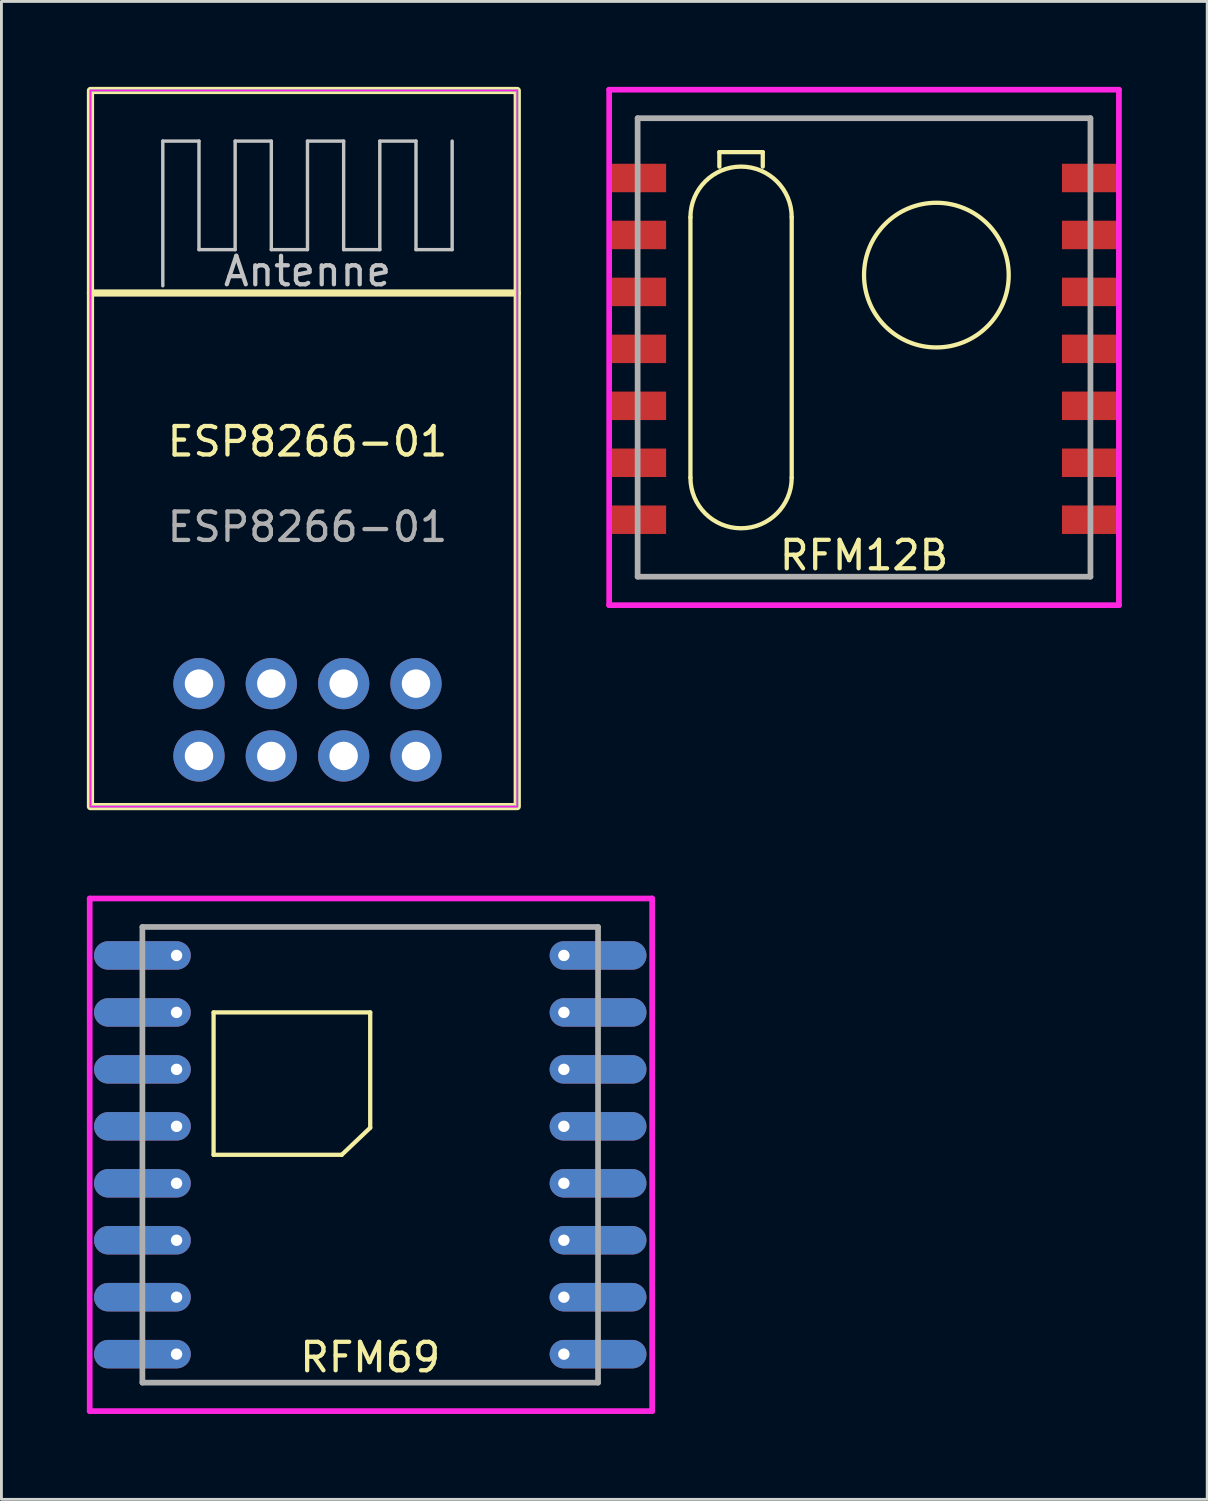
<source format=kicad_pcb>
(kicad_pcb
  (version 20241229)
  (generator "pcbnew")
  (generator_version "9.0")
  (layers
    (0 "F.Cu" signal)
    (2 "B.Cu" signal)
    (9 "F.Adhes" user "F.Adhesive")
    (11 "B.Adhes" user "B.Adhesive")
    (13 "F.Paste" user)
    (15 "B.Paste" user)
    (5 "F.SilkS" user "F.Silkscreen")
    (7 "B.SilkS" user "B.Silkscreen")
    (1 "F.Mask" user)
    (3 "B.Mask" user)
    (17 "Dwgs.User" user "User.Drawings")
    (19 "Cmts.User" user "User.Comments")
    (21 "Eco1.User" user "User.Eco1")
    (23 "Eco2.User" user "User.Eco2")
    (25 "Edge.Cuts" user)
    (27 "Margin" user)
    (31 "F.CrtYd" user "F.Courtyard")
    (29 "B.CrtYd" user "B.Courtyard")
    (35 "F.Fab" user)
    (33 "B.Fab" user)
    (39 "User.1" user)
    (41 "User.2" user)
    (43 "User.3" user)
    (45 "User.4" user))
  (footprint "ESP8266-01"
    (layer "F.Cu")
    (at 3.937 20.955)
    (property "Reference" "ESP8266-01" (at 3.81 -8.501 0) (unlocked yes) (layer "F.SilkS") (effects (font (size 1 1) (thickness 0.15))))
    (attr through_hole)
    (fp_line (start -3.81 -13.716) (end 11.176 -13.716) (stroke (width 0.254) (type solid)) (layer "F.SilkS"))
    (fp_rect (start -3.81 -20.828) (end 11.176 4.318) (stroke (width 0.254) (type solid)) (fill no) (layer "F.SilkS"))
    (fp_line (start -1.27 -19.05) (end 0 -19.05) (stroke (width 0.12) (type solid)) (layer "Dwgs.User"))
    (fp_line (start -1.27 -13.97) (end -1.27 -19.05) (stroke (width 0.12) (type solid)) (layer "Dwgs.User"))
    (fp_line (start 0 -19.05) (end 0 -15.24) (stroke (width 0.12) (type solid)) (layer "Dwgs.User"))
    (fp_line (start 0 -15.24) (end 1.27 -15.24) (stroke (width 0.12) (type solid)) (layer "Dwgs.User"))
    (fp_line (start 1.27 -19.05) (end 2.54 -19.05) (stroke (width 0.12) (type solid)) (layer "Dwgs.User"))
    (fp_line (start 1.27 -15.24) (end 1.27 -19.05) (stroke (width 0.12) (type solid)) (layer "Dwgs.User"))
    (fp_line (start 2.54 -19.05) (end 2.54 -15.24) (stroke (width 0.12) (type solid)) (layer "Dwgs.User"))
    (fp_line (start 2.54 -15.24) (end 3.81 -15.24) (stroke (width 0.12) (type solid)) (layer "Dwgs.User"))
    (fp_line (start 3.81 -19.05) (end 5.08 -19.05) (stroke (width 0.12) (type solid)) (layer "Dwgs.User"))
    (fp_line (start 3.81 -15.24) (end 3.81 -19.05) (stroke (width 0.12) (type solid)) (layer "Dwgs.User"))
    (fp_line (start 5.08 -19.05) (end 5.08 -15.24) (stroke (width 0.12) (type solid)) (layer "Dwgs.User"))
    (fp_line (start 5.08 -15.24) (end 6.35 -15.24) (stroke (width 0.12) (type solid)) (layer "Dwgs.User"))
    (fp_line (start 6.35 -19.05) (end 7.62 -19.05) (stroke (width 0.12) (type solid)) (layer "Dwgs.User"))
    (fp_line (start 6.35 -15.24) (end 6.35 -19.05) (stroke (width 0.12) (type solid)) (layer "Dwgs.User"))
    (fp_line (start 7.62 -19.05) (end 7.62 -15.24) (stroke (width 0.12) (type solid)) (layer "Dwgs.User"))
    (fp_line (start 7.62 -15.24) (end 8.89 -15.24) (stroke (width 0.12) (type solid)) (layer "Dwgs.User"))
    (fp_line (start 8.89 -15.24) (end 8.89 -19.05) (stroke (width 0.12) (type solid)) (layer "Dwgs.User"))
    (fp_rect (start -3.81 -20.828) (end 11.176 4.318) (stroke (width 0.05) (type solid)) (fill no) (layer "F.CrtYd"))
    (fp_rect (start -3.81 -20.828) (end 11.176 4.318) (stroke (width 0.1) (type solid)) (fill no) (layer "F.Fab"))
    (fp_text user "Antenne" (at 3.81 -14.478 0) (unlocked yes) (layer "Dwgs.User") (effects (font (size 1 1) (thickness 0.15))))
    (fp_text user "${REFERENCE}" (at 3.81 -5.501 0) (unlocked yes) (layer "F.Fab") (effects (font (size 1 1) (thickness 0.15))))
    (pad "1" thru_hole circle (at 0 0) (size 1.8 1.8) (drill 1) (layers "*.Cu" "*.Mask"))
    (pad "2" thru_hole circle (at 2.54 0) (size 1.8 1.8) (drill 1) (layers "*.Cu" "*.Mask"))
    (pad "3" thru_hole circle (at 5.08 0) (size 1.8 1.8) (drill 1) (layers "*.Cu" "*.Mask"))
    (pad "4" thru_hole circle (at 7.62 0) (size 1.8 1.8) (drill 1) (layers "*.Cu" "*.Mask"))
    (pad "5" thru_hole circle (at 0 2.54) (size 1.8 1.8) (drill 1) (layers "*.Cu" "*.Mask"))
    (pad "6" thru_hole circle (at 2.54 2.54) (size 1.8 1.8) (drill 1) (layers "*.Cu" "*.Mask"))
    (pad "7" thru_hole circle (at 5.08 2.54) (size 1.8 1.8) (drill 1) (layers "*.Cu" "*.Mask"))
    (pad "8" thru_hole circle (at 7.62 2.54) (size 1.8 1.8) (drill 1) (layers "*.Cu" "*.Mask"))
    (zone (net_name "") (layers "F.Cu" "B.Cu") (name "Antenne") (hatch edge 0.508) (connect_pads) (min_thickness 0.254) (filled_areas_thickness no) (keepout (tracks not_allowed) (vias not_allowed) (pads not_allowed) (copperpour not_allowed) (footprints not_allowed)) (placement (enabled no)) (fill) (polygon (pts (xy 14.859 7.493) (xy 0.127 7.493) (xy 0.127 0.381) (xy 14.859 0.381)))))
  (footprint "RFM12B"
    (layer "F.Cu")
    (at 27.29 9.15)
    (property "Reference" "RFM12B" (at 0 7.3 0) (layer "F.SilkS") (effects (font (size 1 1) (thickness 0.15))))
    (attr through_hole)
    (fp_line (start -8.95 -9.05) (end -8.95 9.05) (stroke (width 0.15) (type solid)) (layer "F.SilkS"))
    (fp_line (start -8.95 9.05) (end 8.95 9.05) (stroke (width 0.15) (type solid)) (layer "F.SilkS"))
    (fp_line (start -6.096 -4.572) (end -6.096 4.572) (stroke (width 0.15) (type solid)) (layer "F.SilkS"))
    (fp_line (start -5.08 -6.858) (end -3.556 -6.858) (stroke (width 0.15) (type solid)) (layer "F.SilkS"))
    (fp_line (start -5.08 -6.35) (end -5.08 -6.858) (stroke (width 0.15) (type solid)) (layer "F.SilkS"))
    (fp_line (start -3.556 -6.858) (end -3.556 -6.35) (stroke (width 0.15) (type solid)) (layer "F.SilkS"))
    (fp_line (start -2.54 -4.572) (end -2.54 4.572) (stroke (width 0.15) (type solid)) (layer "F.SilkS"))
    (fp_line (start 8.95 -9.05) (end -8.95 -9.05) (stroke (width 0.15) (type solid)) (layer "F.SilkS"))
    (fp_line (start 8.95 9.05) (end 8.95 -9.05) (stroke (width 0.15) (type solid)) (layer "F.SilkS"))
    (fp_arc (start -6.096 -4.572) (mid -4.318 -6.35) (end -2.54 -4.572) (stroke (width 0.15) (type solid)) (layer "F.SilkS"))
    (fp_arc (start -2.54 4.572) (mid -4.318 6.35) (end -6.096 4.572) (stroke (width 0.15) (type solid)) (layer "F.SilkS"))
    (fp_circle (center 2.54 -2.54) (end 4.064 -0.508) (stroke (width 0.15) (type solid)) (fill no) (layer "F.SilkS"))
    (fp_line (start -8.95 -9.05) (end 8.95 -9.05) (stroke (width 0.2) (type solid)) (layer "F.CrtYd"))
    (fp_line (start -8.95 9.05) (end -8.95 -9.05) (stroke (width 0.2) (type solid)) (layer "F.CrtYd"))
    (fp_line (start 8.95 -9.05) (end 8.95 9.05) (stroke (width 0.2) (type solid)) (layer "F.CrtYd"))
    (fp_line (start 8.95 9.05) (end -8.95 9.05) (stroke (width 0.2) (type solid)) (layer "F.CrtYd"))
    (fp_line (start -7.95 -8.05) (end 7.95 -8.05) (stroke (width 0.2) (type solid)) (layer "F.Fab"))
    (fp_line (start -7.95 8.05) (end -7.95 -8.05) (stroke (width 0.2) (type solid)) (layer "F.Fab"))
    (fp_line (start 7.95 -8.05) (end 7.95 8.05) (stroke (width 0.2) (type solid)) (layer "F.Fab"))
    (fp_line (start 7.95 8.05) (end -7.95 8.05) (stroke (width 0.2) (type solid)) (layer "F.Fab"))
    (pad "1" smd rect (at -7.95 -5.95 90) (size 1 2) (layers "F.Cu" "F.Mask" "F.Paste"))
    (pad "2" smd rect (at -7.95 -3.95 90) (size 1 2) (layers "F.Cu" "F.Mask" "F.Paste"))
    (pad "3" smd rect (at -7.95 -1.95 90) (size 1 2) (layers "F.Cu" "F.Mask" "F.Paste"))
    (pad "4" smd rect (at -7.95 0.05 90) (size 1 2) (layers "F.Cu" "F.Mask" "F.Paste"))
    (pad "5" smd rect (at -7.95 2.05 90) (size 1 2) (layers "F.Cu" "F.Mask" "F.Paste"))
    (pad "6" smd rect (at -7.95 4.05 90) (size 1 2) (layers "F.Cu" "F.Mask" "F.Paste"))
    (pad "7" smd rect (at -7.95 6.05 90) (size 1 2) (layers "F.Cu" "F.Mask" "F.Paste"))
    (pad "8" smd rect (at 7.95 6.05 90) (size 1 2) (layers "F.Cu" "F.Mask" "F.Paste"))
    (pad "9" smd rect (at 7.95 4.05 90) (size 1 2) (layers "F.Cu" "F.Mask" "F.Paste"))
    (pad "10" smd rect (at 7.95 2.05 90) (size 1 2) (layers "F.Cu" "F.Mask" "F.Paste"))
    (pad "11" smd rect (at 7.95 0.05 90) (size 1 2) (layers "F.Cu" "F.Mask" "F.Paste"))
    (pad "12" smd rect (at 7.95 -1.95 90) (size 1 2) (layers "F.Cu" "F.Mask" "F.Paste"))
    (pad "13" smd rect (at 7.95 -3.95 90) (size 1 2) (layers "F.Cu" "F.Mask" "F.Paste"))
    (pad "14" smd rect (at 7.95 -5.95 90) (size 1 2) (layers "F.Cu" "F.Mask" "F.Paste")))
  (footprint "RFM69"
    (layer "F.Cu")
    (at 9.95 37.5)
    (property "Reference" "RFM69" (at 0 7.112 0) (layer "F.SilkS") (effects (font (size 1 1) (thickness 0.15))))
    (attr through_hole)
    (fp_line (start -9.85 -9) (end -9.85 9) (stroke (width 0.15) (type solid)) (layer "F.SilkS"))
    (fp_line (start -9.85 9) (end 9.9 9) (stroke (width 0.15) (type solid)) (layer "F.SilkS"))
    (fp_line (start -5.5 -5) (end -5.5 0) (stroke (width 0.15) (type solid)) (layer "F.SilkS"))
    (fp_line (start -5.5 0) (end -1 0) (stroke (width 0.15) (type solid)) (layer "F.SilkS"))
    (fp_line (start -1 0) (end 0 -0.95) (stroke (width 0.15) (type solid)) (layer "F.SilkS"))
    (fp_line (start 0 -5) (end -5.5 -5) (stroke (width 0.15) (type solid)) (layer "F.SilkS"))
    (fp_line (start 0 -0.95) (end 0 -5) (stroke (width 0.15) (type solid)) (layer "F.SilkS"))
    (fp_line (start 9.9 -9) (end -9.85 -9) (stroke (width 0.15) (type solid)) (layer "F.SilkS"))
    (fp_line (start 9.9 9) (end 9.9 -9) (stroke (width 0.15) (type solid)) (layer "F.SilkS"))
    (fp_line (start -9.85 -9) (end 9.9 -9) (stroke (width 0.2) (type solid)) (layer "F.CrtYd"))
    (fp_line (start -9.85 9) (end -9.85 -9) (stroke (width 0.2) (type solid)) (layer "F.CrtYd"))
    (fp_line (start 9.9 -9) (end 9.9 9) (stroke (width 0.2) (type solid)) (layer "F.CrtYd"))
    (fp_line (start 9.9 9) (end -9.85 9) (stroke (width 0.2) (type solid)) (layer "F.CrtYd"))
    (fp_line (start -8 -8) (end 8 -8) (stroke (width 0.2) (type solid)) (layer "F.Fab"))
    (fp_line (start -8 8) (end -8 -8) (stroke (width 0.2) (type solid)) (layer "F.Fab"))
    (fp_line (start 8 -8) (end 8 8) (stroke (width 0.2) (type solid)) (layer "F.Fab"))
    (fp_line (start 8 8) (end -8 8) (stroke (width 0.2) (type solid)) (layer "F.Fab"))
    (pad "1" thru_hole oval (at -6.8 -7 180) (size 3.4 1) (drill 0.4 (offset 1.2 0)) (layers "*.Cu" "*.Mask"))
    (pad "2" thru_hole oval (at -6.8 -5 180) (size 3.4 1) (drill 0.4 (offset 1.2 0)) (layers "*.Cu" "*.Mask"))
    (pad "3" thru_hole oval (at -6.8 -3 180) (size 3.4 1) (drill 0.4 (offset 1.2 0)) (layers "*.Cu" "*.Mask"))
    (pad "4" thru_hole oval (at -6.8 -1 180) (size 3.4 1) (drill 0.4 (offset 1.2 0)) (layers "*.Cu" "*.Mask"))
    (pad "5" thru_hole oval (at -6.8 1 180) (size 3.4 1) (drill 0.4 (offset 1.2 0)) (layers "*.Cu" "*.Mask"))
    (pad "6" thru_hole oval (at -6.8 3 180) (size 3.4 1) (drill 0.4 (offset 1.2 0)) (layers "*.Cu" "*.Mask"))
    (pad "7" thru_hole oval (at -6.8 5 180) (size 3.4 1) (drill 0.4 (offset 1.2 0)) (layers "*.Cu" "*.Mask"))
    (pad "8" thru_hole oval (at -6.8 7 180) (size 3.4 1) (drill 0.4 (offset 1.2 0)) (layers "*.Cu" "*.Mask"))
    (pad "9" thru_hole oval (at 6.8 7) (size 3.4 1) (drill 0.4 (offset 1.2 0)) (layers "*.Cu" "*.Mask"))
    (pad "10" thru_hole oval (at 6.8 5) (size 3.4 1) (drill 0.4 (offset 1.2 0)) (layers "*.Cu" "*.Mask"))
    (pad "11" thru_hole oval (at 6.8 3) (size 3.4 1) (drill 0.4 (offset 1.2 0)) (layers "*.Cu" "*.Mask"))
    (pad "12" thru_hole oval (at 6.8 1) (size 3.4 1) (drill 0.4 (offset 1.2 0)) (layers "*.Cu" "*.Mask"))
    (pad "13" thru_hole oval (at 6.8 -1) (size 3.4 1) (drill 0.4 (offset 1.2 0)) (layers "*.Cu" "*.Mask"))
    (pad "14" thru_hole oval (at 6.8 -3) (size 3.4 1) (drill 0.4 (offset 1.2 0)) (layers "*.Cu" "*.Mask"))
    (pad "15" thru_hole oval (at 6.8 -5) (size 3.4 1) (drill 0.4 (offset 1.2 0)) (layers "*.Cu" "*.Mask"))
    (pad "16" thru_hole oval (at 6.8 -7) (size 3.4 1) (drill 0.4 (offset 1.2 0)) (layers "*.Cu" "*.Mask")))
  (gr_rect
    (start -3 -3)
    (end 39.34 49.6)
    (stroke (width 0.1) (type default))
    (fill no)
    (layer "Edge.Cuts")))
</source>
